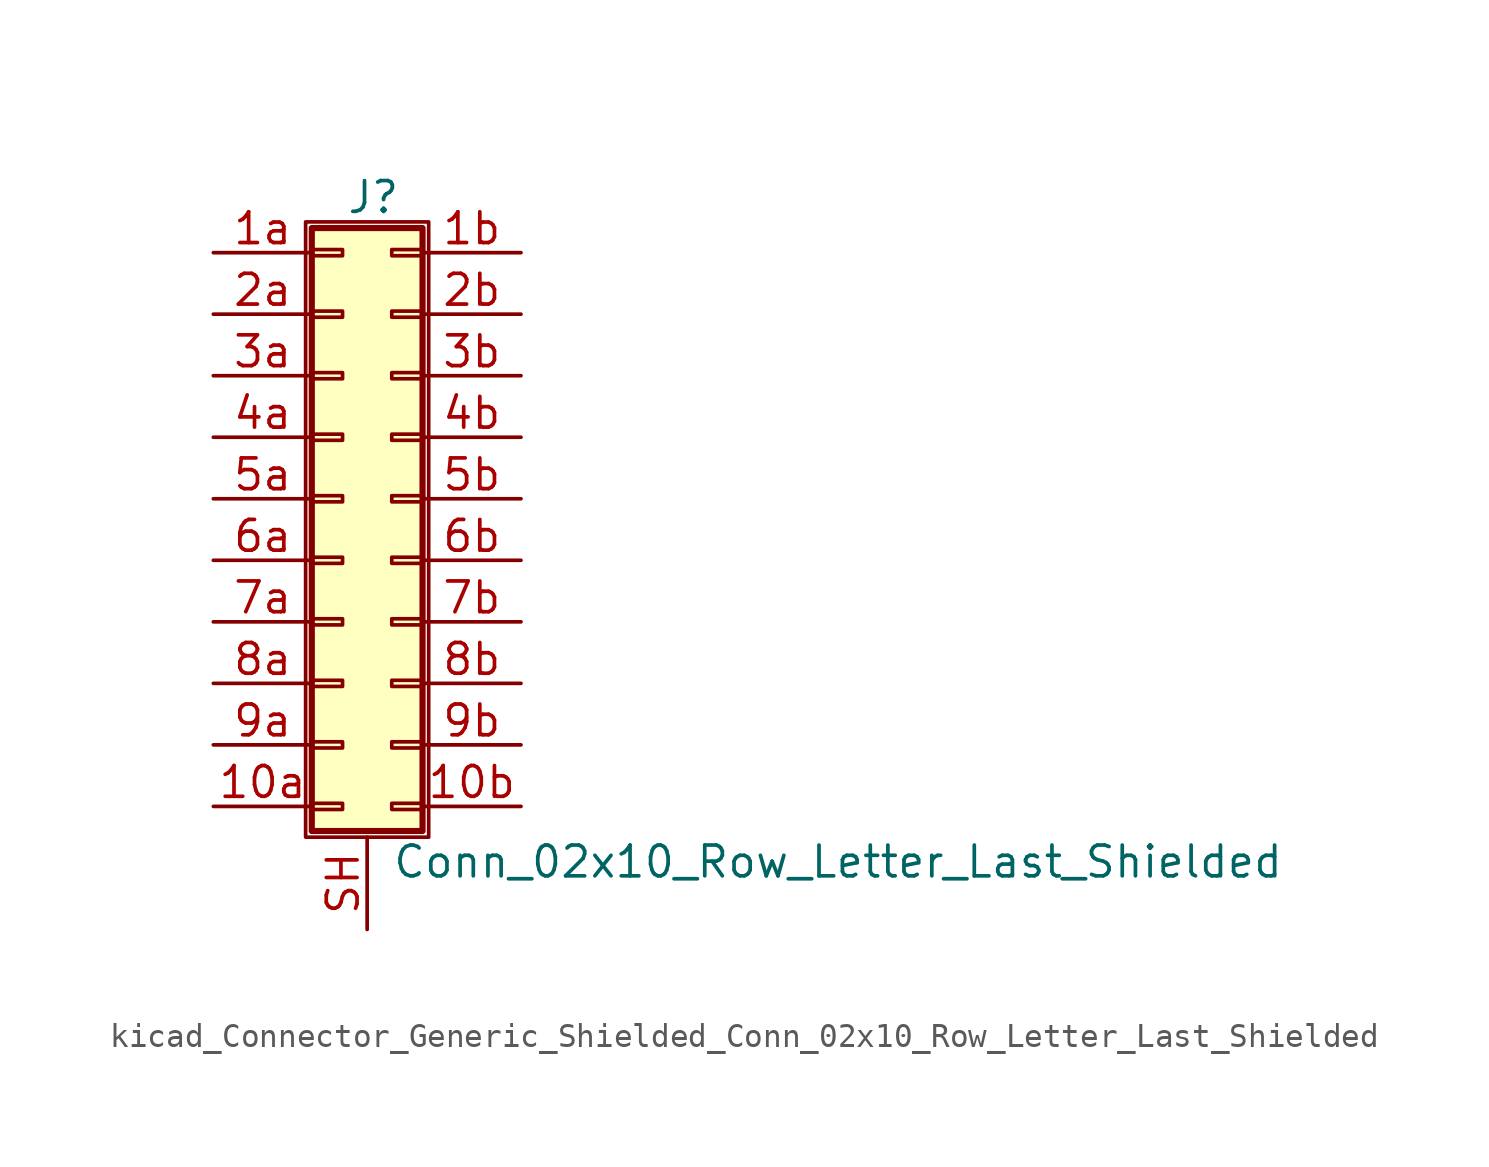
<source format=kicad_sym>
(kicad_symbol_lib
  (version 20220914)
  (generator kicad_symbol_editor)
  (symbol "kicad_Connector_Generic_Shielded_Conn_02x10_Row_Letter_Last_Shielded"
    (pin_names
      (offset 1.016) hide)
    (property "Reference" "J"
      (at 1.524 12.446 0)
      (effects (font (size 1.27 1.27))))
    (property "Value" "Conn_02x10_Row_Letter_Last_Shielded"
      (at 2.286 -14.986 0)
      (effects (font (size 1.27 1.27)) (justify left)))
    (symbol "kicad_Connector_Generic_Shielded_Conn_02x10_Row_Letter_Last_Shielded_1_1"
      (rectangle (start -1.27 11.43) (end 3.81 -13.97) (stroke (width 0.152) (type default)) (fill (type none)))
      (rectangle (start -1.016 -12.573) (end 0.254 -12.827) (stroke (width 0.152) (type default)) (fill (type none)))
      (rectangle (start -1.016 -10.033) (end 0.254 -10.287) (stroke (width 0.152) (type default)) (fill (type none)))
      (rectangle (start -1.016 -7.493) (end 0.254 -7.747) (stroke (width 0.152) (type default)) (fill (type none)))
      (rectangle (start -1.016 -4.953) (end 0.254 -5.207) (stroke (width 0.152) (type default)) (fill (type none)))
      (rectangle (start -1.016 -2.413) (end 0.254 -2.667) (stroke (width 0.152) (type default)) (fill (type none)))
      (rectangle (start -1.016 0.127) (end 0.254 -0.127) (stroke (width 0.152) (type default)) (fill (type none)))
      (rectangle (start -1.016 2.667) (end 0.254 2.413) (stroke (width 0.152) (type default)) (fill (type none)))
      (rectangle (start -1.016 5.207) (end 0.254 4.953) (stroke (width 0.152) (type default)) (fill (type none)))
      (rectangle (start -1.016 7.747) (end 0.254 7.493) (stroke (width 0.152) (type default)) (fill (type none)))
      (rectangle (start -1.016 10.287) (end 0.254 10.033) (stroke (width 0.152) (type default)) (fill (type none)))
      (rectangle (start -1.016 11.176) (end 3.556 -13.716) (stroke (width 0.254) (type default)) (fill (type background)))
      (rectangle (start 3.556 -12.573) (end 2.286 -12.827) (stroke (width 0.152) (type default)) (fill (type none)))
      (rectangle (start 3.556 -10.033) (end 2.286 -10.287) (stroke (width 0.152) (type default)) (fill (type none)))
      (rectangle (start 3.556 -7.493) (end 2.286 -7.747) (stroke (width 0.152) (type default)) (fill (type none)))
      (rectangle (start 3.556 -4.953) (end 2.286 -5.207) (stroke (width 0.152) (type default)) (fill (type none)))
      (rectangle (start 3.556 -2.413) (end 2.286 -2.667) (stroke (width 0.152) (type default)) (fill (type none)))
      (rectangle (start 3.556 0.127) (end 2.286 -0.127) (stroke (width 0.152) (type default)) (fill (type none)))
      (rectangle (start 3.556 2.667) (end 2.286 2.413) (stroke (width 0.152) (type default)) (fill (type none)))
      (rectangle (start 3.556 5.207) (end 2.286 4.953) (stroke (width 0.152) (type default)) (fill (type none)))
      (rectangle (start 3.556 7.747) (end 2.286 7.493) (stroke (width 0.152) (type default)) (fill (type none)))
      (rectangle (start 3.556 10.287) (end 2.286 10.033) (stroke (width 0.152) (type default)) (fill (type none)))
      (pin passive line (at -5.08 -12.7 0) (length 4.064) (name "Pin_10a" (effects (font (size 1.27 1.27)))) (number "10a" (effects (font (size 1.27 1.27)))))
      (pin passive line (at 7.62 -12.7 180) (length 4.064) (name "Pin_10b" (effects (font (size 1.27 1.27)))) (number "10b" (effects (font (size 1.27 1.27)))))
      (pin passive line (at -5.08 10.16 0) (length 4.064) (name "Pin_1a" (effects (font (size 1.27 1.27)))) (number "1a" (effects (font (size 1.27 1.27)))))
      (pin passive line (at 7.62 10.16 180) (length 4.064) (name "Pin_1b" (effects (font (size 1.27 1.27)))) (number "1b" (effects (font (size 1.27 1.27)))))
      (pin passive line (at -5.08 7.62 0) (length 4.064) (name "Pin_2a" (effects (font (size 1.27 1.27)))) (number "2a" (effects (font (size 1.27 1.27)))))
      (pin passive line (at 7.62 7.62 180) (length 4.064) (name "Pin_2b" (effects (font (size 1.27 1.27)))) (number "2b" (effects (font (size 1.27 1.27)))))
      (pin passive line (at -5.08 5.08 0) (length 4.064) (name "Pin_3a" (effects (font (size 1.27 1.27)))) (number "3a" (effects (font (size 1.27 1.27)))))
      (pin passive line (at 7.62 5.08 180) (length 4.064) (name "Pin_3b" (effects (font (size 1.27 1.27)))) (number "3b" (effects (font (size 1.27 1.27)))))
      (pin passive line (at -5.08 2.54 0) (length 4.064) (name "Pin_4a" (effects (font (size 1.27 1.27)))) (number "4a" (effects (font (size 1.27 1.27)))))
      (pin passive line (at 7.62 2.54 180) (length 4.064) (name "Pin_4b" (effects (font (size 1.27 1.27)))) (number "4b" (effects (font (size 1.27 1.27)))))
      (pin passive line (at -5.08 0 0) (length 4.064) (name "Pin_5a" (effects (font (size 1.27 1.27)))) (number "5a" (effects (font (size 1.27 1.27)))))
      (pin passive line (at 7.62 0 180) (length 4.064) (name "Pin_5b" (effects (font (size 1.27 1.27)))) (number "5b" (effects (font (size 1.27 1.27)))))
      (pin passive line (at -5.08 -2.54 0) (length 4.064) (name "Pin_6a" (effects (font (size 1.27 1.27)))) (number "6a" (effects (font (size 1.27 1.27)))))
      (pin passive line (at 7.62 -2.54 180) (length 4.064) (name "Pin_6b" (effects (font (size 1.27 1.27)))) (number "6b" (effects (font (size 1.27 1.27)))))
      (pin passive line (at -5.08 -5.08 0) (length 4.064) (name "Pin_7a" (effects (font (size 1.27 1.27)))) (number "7a" (effects (font (size 1.27 1.27)))))
      (pin passive line (at 7.62 -5.08 180) (length 4.064) (name "Pin_7b" (effects (font (size 1.27 1.27)))) (number "7b" (effects (font (size 1.27 1.27)))))
      (pin passive line (at -5.08 -7.62 0) (length 4.064) (name "Pin_8a" (effects (font (size 1.27 1.27)))) (number "8a" (effects (font (size 1.27 1.27)))))
      (pin passive line (at 7.62 -7.62 180) (length 4.064) (name "Pin_8b" (effects (font (size 1.27 1.27)))) (number "8b" (effects (font (size 1.27 1.27)))))
      (pin passive line (at -5.08 -10.16 0) (length 4.064) (name "Pin_9a" (effects (font (size 1.27 1.27)))) (number "9a" (effects (font (size 1.27 1.27)))))
      (pin passive line (at 7.62 -10.16 180) (length 4.064) (name "Pin_9b" (effects (font (size 1.27 1.27)))) (number "9b" (effects (font (size 1.27 1.27)))))
      (pin passive line (at 1.27 -17.78 90) (length 3.81) (name "Shield" (effects (font (size 1.27 1.27)))) (number "SH" (effects (font (size 1.27 1.27))))))))
</source>
